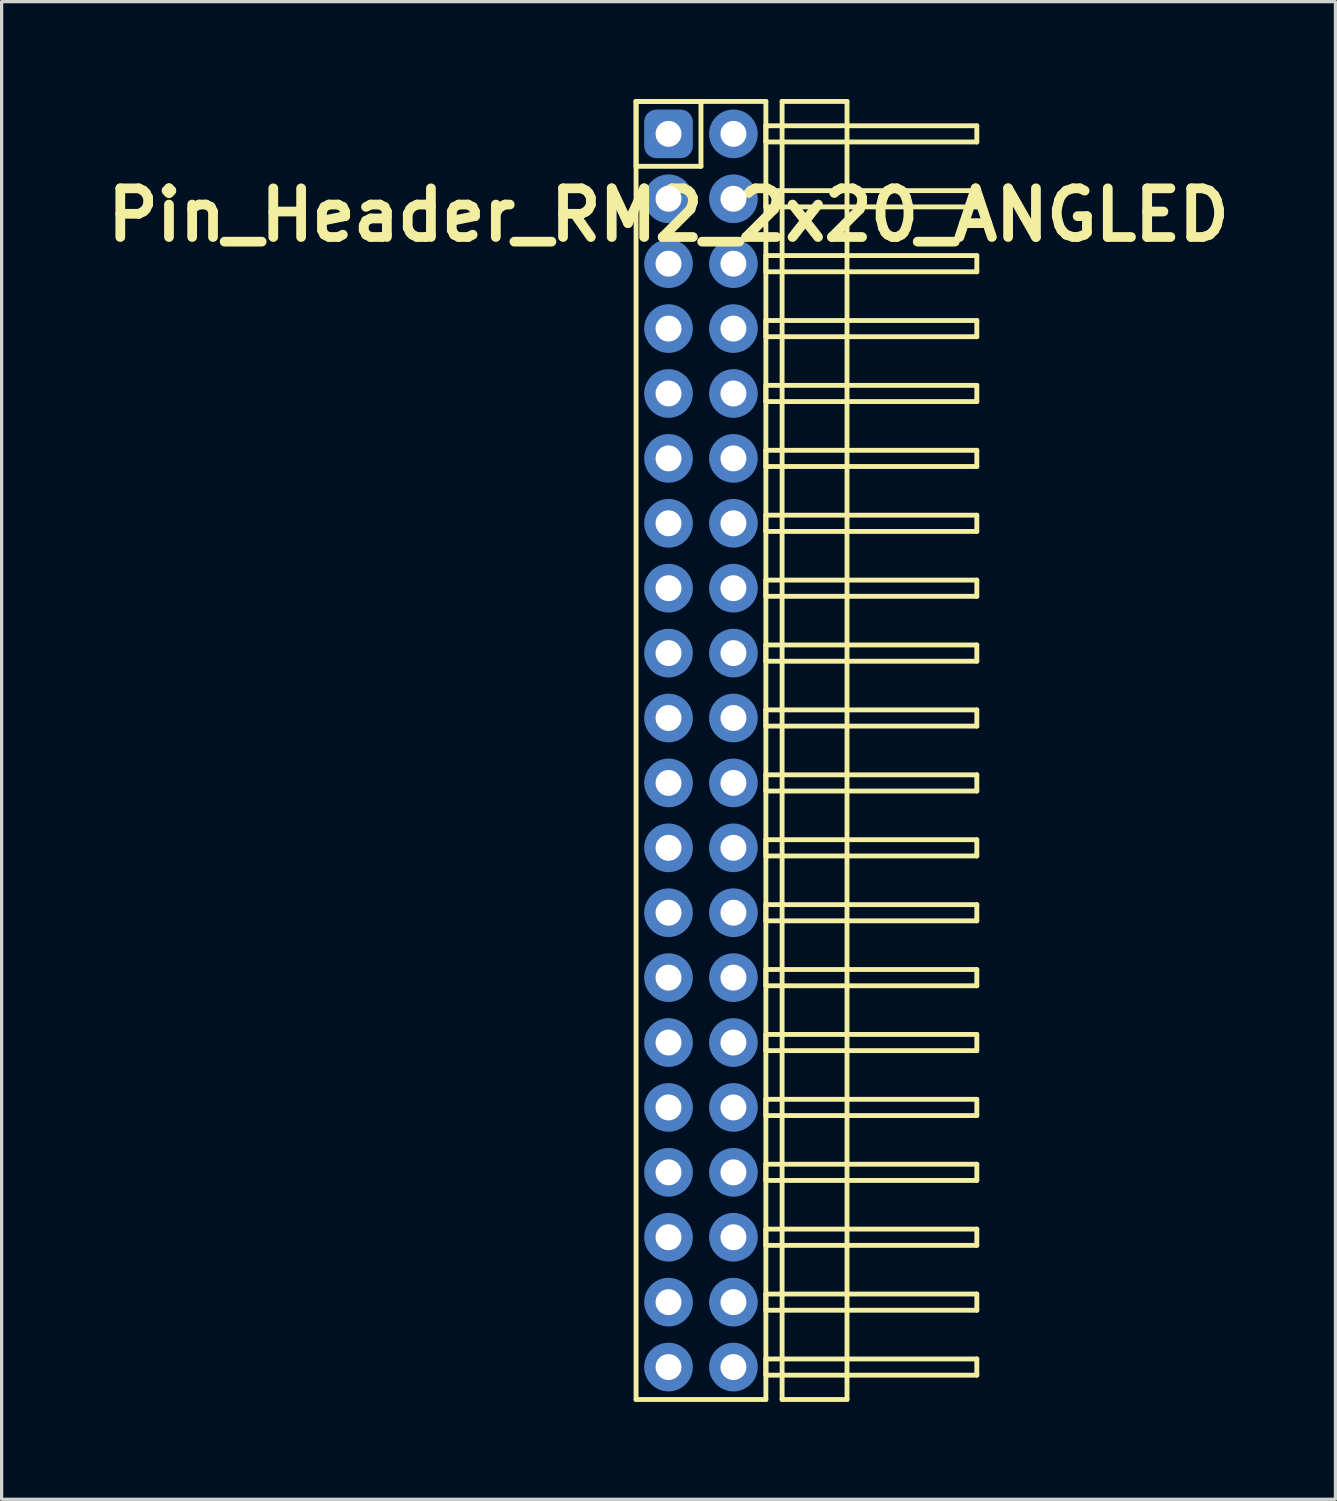
<source format=kicad_pcb>
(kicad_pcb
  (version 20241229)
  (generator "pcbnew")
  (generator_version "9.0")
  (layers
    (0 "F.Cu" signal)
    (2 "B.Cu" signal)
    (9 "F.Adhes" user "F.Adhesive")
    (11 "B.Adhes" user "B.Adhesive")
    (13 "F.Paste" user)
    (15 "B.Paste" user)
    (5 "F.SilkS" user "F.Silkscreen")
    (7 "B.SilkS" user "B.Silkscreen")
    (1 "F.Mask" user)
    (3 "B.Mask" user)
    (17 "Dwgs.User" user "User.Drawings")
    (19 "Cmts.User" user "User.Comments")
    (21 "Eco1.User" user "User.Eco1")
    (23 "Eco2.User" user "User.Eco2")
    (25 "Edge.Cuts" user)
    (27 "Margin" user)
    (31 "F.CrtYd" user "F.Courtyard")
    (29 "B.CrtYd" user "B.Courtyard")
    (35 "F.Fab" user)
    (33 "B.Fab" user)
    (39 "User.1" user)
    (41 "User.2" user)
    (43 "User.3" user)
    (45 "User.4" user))
  (footprint "Pin_Header_RM2_2x20_ANGLED"
    (layer "F.Cu")
    (at 17.55 1.075)
    (property "Reference" "Pin_Header_RM2_2x20_ANGLED" (at 0 2.5 0) (layer "F.SilkS") (effects (font (size 1.5 1.5) (thickness 0.3))))
    (attr through_hole)
    (fp_line (start -1 -1) (end 1 -1) (stroke (width 0.15) (type solid)) (layer "F.SilkS"))
    (fp_line (start -1 -1) (end 3 -1) (stroke (width 0.15) (type solid)) (layer "F.SilkS"))
    (fp_line (start -1 1) (end -1 -1) (stroke (width 0.15) (type solid)) (layer "F.SilkS"))
    (fp_line (start -1 39) (end -1 -1) (stroke (width 0.15) (type solid)) (layer "F.SilkS"))
    (fp_line (start 1 -1) (end 1 1) (stroke (width 0.15) (type solid)) (layer "F.SilkS"))
    (fp_line (start 1 1) (end -1 1) (stroke (width 0.15) (type solid)) (layer "F.SilkS"))
    (fp_line (start 3 -1) (end 3 39) (stroke (width 0.15) (type solid)) (layer "F.SilkS"))
    (fp_line (start 3 -0.25) (end 9.5 -0.25) (stroke (width 0.15) (type solid)) (layer "F.SilkS"))
    (fp_line (start 3 0.25) (end 3 -0.25) (stroke (width 0.15) (type solid)) (layer "F.SilkS"))
    (fp_line (start 3 1.75) (end 9.5 1.75) (stroke (width 0.15) (type solid)) (layer "F.SilkS"))
    (fp_line (start 3 2.25) (end 3 1.75) (stroke (width 0.15) (type solid)) (layer "F.SilkS"))
    (fp_line (start 3 3.75) (end 9.5 3.75) (stroke (width 0.15) (type solid)) (layer "F.SilkS"))
    (fp_line (start 3 4.25) (end 3 3.75) (stroke (width 0.15) (type solid)) (layer "F.SilkS"))
    (fp_line (start 3 5.75) (end 9.5 5.75) (stroke (width 0.15) (type solid)) (layer "F.SilkS"))
    (fp_line (start 3 6.25) (end 3 5.75) (stroke (width 0.15) (type solid)) (layer "F.SilkS"))
    (fp_line (start 3 7.75) (end 9.5 7.75) (stroke (width 0.15) (type solid)) (layer "F.SilkS"))
    (fp_line (start 3 8.25) (end 3 7.75) (stroke (width 0.15) (type solid)) (layer "F.SilkS"))
    (fp_line (start 3 9.75) (end 9.5 9.75) (stroke (width 0.15) (type solid)) (layer "F.SilkS"))
    (fp_line (start 3 10.25) (end 3 9.75) (stroke (width 0.15) (type solid)) (layer "F.SilkS"))
    (fp_line (start 3 11.75) (end 9.5 11.75) (stroke (width 0.15) (type solid)) (layer "F.SilkS"))
    (fp_line (start 3 12.25) (end 3 11.75) (stroke (width 0.15) (type solid)) (layer "F.SilkS"))
    (fp_line (start 3 13.75) (end 9.5 13.75) (stroke (width 0.15) (type solid)) (layer "F.SilkS"))
    (fp_line (start 3 14.25) (end 3 13.75) (stroke (width 0.15) (type solid)) (layer "F.SilkS"))
    (fp_line (start 3 15.75) (end 9.5 15.75) (stroke (width 0.15) (type solid)) (layer "F.SilkS"))
    (fp_line (start 3 16.25) (end 3 15.75) (stroke (width 0.15) (type solid)) (layer "F.SilkS"))
    (fp_line (start 3 17.75) (end 9.5 17.75) (stroke (width 0.15) (type solid)) (layer "F.SilkS"))
    (fp_line (start 3 18.25) (end 3 17.75) (stroke (width 0.15) (type solid)) (layer "F.SilkS"))
    (fp_line (start 3 19.75) (end 9.5 19.75) (stroke (width 0.15) (type solid)) (layer "F.SilkS"))
    (fp_line (start 3 20.25) (end 3 19.75) (stroke (width 0.15) (type solid)) (layer "F.SilkS"))
    (fp_line (start 3 21.75) (end 9.5 21.75) (stroke (width 0.15) (type solid)) (layer "F.SilkS"))
    (fp_line (start 3 22.25) (end 3 21.75) (stroke (width 0.15) (type solid)) (layer "F.SilkS"))
    (fp_line (start 3 23.75) (end 9.5 23.75) (stroke (width 0.15) (type solid)) (layer "F.SilkS"))
    (fp_line (start 3 24.25) (end 3 23.75) (stroke (width 0.15) (type solid)) (layer "F.SilkS"))
    (fp_line (start 3 25.75) (end 9.5 25.75) (stroke (width 0.15) (type solid)) (layer "F.SilkS"))
    (fp_line (start 3 26.25) (end 3 25.75) (stroke (width 0.15) (type solid)) (layer "F.SilkS"))
    (fp_line (start 3 27.75) (end 9.5 27.75) (stroke (width 0.15) (type solid)) (layer "F.SilkS"))
    (fp_line (start 3 28.25) (end 3 27.75) (stroke (width 0.15) (type solid)) (layer "F.SilkS"))
    (fp_line (start 3 29.75) (end 9.5 29.75) (stroke (width 0.15) (type solid)) (layer "F.SilkS"))
    (fp_line (start 3 30.25) (end 3 29.75) (stroke (width 0.15) (type solid)) (layer "F.SilkS"))
    (fp_line (start 3 31.75) (end 9.5 31.75) (stroke (width 0.15) (type solid)) (layer "F.SilkS"))
    (fp_line (start 3 32.25) (end 3 31.75) (stroke (width 0.15) (type solid)) (layer "F.SilkS"))
    (fp_line (start 3 33.75) (end 9.5 33.75) (stroke (width 0.15) (type solid)) (layer "F.SilkS"))
    (fp_line (start 3 34.25) (end 3 33.75) (stroke (width 0.15) (type solid)) (layer "F.SilkS"))
    (fp_line (start 3 35.75) (end 9.5 35.75) (stroke (width 0.15) (type solid)) (layer "F.SilkS"))
    (fp_line (start 3 36.25) (end 3 35.75) (stroke (width 0.15) (type solid)) (layer "F.SilkS"))
    (fp_line (start 3 37.75) (end 9.5 37.75) (stroke (width 0.15) (type solid)) (layer "F.SilkS"))
    (fp_line (start 3 38.25) (end 3 37.75) (stroke (width 0.15) (type solid)) (layer "F.SilkS"))
    (fp_line (start 3 39) (end -1 39) (stroke (width 0.15) (type solid)) (layer "F.SilkS"))
    (fp_line (start 3.5 -1) (end 5.5 -1) (stroke (width 0.15) (type solid)) (layer "F.SilkS"))
    (fp_line (start 3.5 39) (end 3.5 -1) (stroke (width 0.15) (type solid)) (layer "F.SilkS"))
    (fp_line (start 5.5 -1) (end 5.5 39) (stroke (width 0.15) (type solid)) (layer "F.SilkS"))
    (fp_line (start 5.5 39) (end 3.5 39) (stroke (width 0.15) (type solid)) (layer "F.SilkS"))
    (fp_line (start 9.5 -0.25) (end 9.5 0.25) (stroke (width 0.15) (type solid)) (layer "F.SilkS"))
    (fp_line (start 9.5 0.25) (end 3 0.25) (stroke (width 0.15) (type solid)) (layer "F.SilkS"))
    (fp_line (start 9.5 1.75) (end 9.5 2.25) (stroke (width 0.15) (type solid)) (layer "F.SilkS"))
    (fp_line (start 9.5 2.25) (end 3 2.25) (stroke (width 0.15) (type solid)) (layer "F.SilkS"))
    (fp_line (start 9.5 3.75) (end 9.5 4.25) (stroke (width 0.15) (type solid)) (layer "F.SilkS"))
    (fp_line (start 9.5 4.25) (end 3 4.25) (stroke (width 0.15) (type solid)) (layer "F.SilkS"))
    (fp_line (start 9.5 5.75) (end 9.5 6.25) (stroke (width 0.15) (type solid)) (layer "F.SilkS"))
    (fp_line (start 9.5 6.25) (end 3 6.25) (stroke (width 0.15) (type solid)) (layer "F.SilkS"))
    (fp_line (start 9.5 7.75) (end 9.5 8.25) (stroke (width 0.15) (type solid)) (layer "F.SilkS"))
    (fp_line (start 9.5 8.25) (end 3 8.25) (stroke (width 0.15) (type solid)) (layer "F.SilkS"))
    (fp_line (start 9.5 9.75) (end 9.5 10.25) (stroke (width 0.15) (type solid)) (layer "F.SilkS"))
    (fp_line (start 9.5 10.25) (end 3 10.25) (stroke (width 0.15) (type solid)) (layer "F.SilkS"))
    (fp_line (start 9.5 11.75) (end 9.5 12.25) (stroke (width 0.15) (type solid)) (layer "F.SilkS"))
    (fp_line (start 9.5 12.25) (end 3 12.25) (stroke (width 0.15) (type solid)) (layer "F.SilkS"))
    (fp_line (start 9.5 13.75) (end 9.5 14.25) (stroke (width 0.15) (type solid)) (layer "F.SilkS"))
    (fp_line (start 9.5 14.25) (end 3 14.25) (stroke (width 0.15) (type solid)) (layer "F.SilkS"))
    (fp_line (start 9.5 15.75) (end 9.5 16.25) (stroke (width 0.15) (type solid)) (layer "F.SilkS"))
    (fp_line (start 9.5 16.25) (end 3 16.25) (stroke (width 0.15) (type solid)) (layer "F.SilkS"))
    (fp_line (start 9.5 17.75) (end 9.5 18.25) (stroke (width 0.15) (type solid)) (layer "F.SilkS"))
    (fp_line (start 9.5 18.25) (end 3 18.25) (stroke (width 0.15) (type solid)) (layer "F.SilkS"))
    (fp_line (start 9.5 19.75) (end 9.5 20.25) (stroke (width 0.15) (type solid)) (layer "F.SilkS"))
    (fp_line (start 9.5 20.25) (end 3 20.25) (stroke (width 0.15) (type solid)) (layer "F.SilkS"))
    (fp_line (start 9.5 21.75) (end 9.5 22.25) (stroke (width 0.15) (type solid)) (layer "F.SilkS"))
    (fp_line (start 9.5 22.25) (end 3 22.25) (stroke (width 0.15) (type solid)) (layer "F.SilkS"))
    (fp_line (start 9.5 23.75) (end 9.5 24.25) (stroke (width 0.15) (type solid)) (layer "F.SilkS"))
    (fp_line (start 9.5 24.25) (end 3 24.25) (stroke (width 0.15) (type solid)) (layer "F.SilkS"))
    (fp_line (start 9.5 25.75) (end 9.5 26.25) (stroke (width 0.15) (type solid)) (layer "F.SilkS"))
    (fp_line (start 9.5 26.25) (end 3 26.25) (stroke (width 0.15) (type solid)) (layer "F.SilkS"))
    (fp_line (start 9.5 27.75) (end 9.5 28.25) (stroke (width 0.15) (type solid)) (layer "F.SilkS"))
    (fp_line (start 9.5 28.25) (end 3 28.25) (stroke (width 0.15) (type solid)) (layer "F.SilkS"))
    (fp_line (start 9.5 29.75) (end 9.5 30.25) (stroke (width 0.15) (type solid)) (layer "F.SilkS"))
    (fp_line (start 9.5 30.25) (end 3 30.25) (stroke (width 0.15) (type solid)) (layer "F.SilkS"))
    (fp_line (start 9.5 31.75) (end 9.5 32.25) (stroke (width 0.15) (type solid)) (layer "F.SilkS"))
    (fp_line (start 9.5 32.25) (end 3 32.25) (stroke (width 0.15) (type solid)) (layer "F.SilkS"))
    (fp_line (start 9.5 33.75) (end 9.5 34.25) (stroke (width 0.15) (type solid)) (layer "F.SilkS"))
    (fp_line (start 9.5 34.25) (end 3 34.25) (stroke (width 0.15) (type solid)) (layer "F.SilkS"))
    (fp_line (start 9.5 35.75) (end 9.5 36.25) (stroke (width 0.15) (type solid)) (layer "F.SilkS"))
    (fp_line (start 9.5 36.25) (end 3 36.25) (stroke (width 0.15) (type solid)) (layer "F.SilkS"))
    (fp_line (start 9.5 37.75) (end 9.5 38.25) (stroke (width 0.15) (type solid)) (layer "F.SilkS"))
    (fp_line (start 9.5 38.25) (end 3 38.25) (stroke (width 0.15) (type solid)) (layer "F.SilkS"))
    (pad "1" thru_hole circle (at 0 0) (size 1.1 1.1) (drill 0.8) (layers "*.Cu" "*.Mask"))
    (pad "1" smd roundrect (at 0 0) (size 1.25 1.25) (layers "F.Cu" "F.Mask") (roundrect_rratio 0.25))
    (pad "1" smd roundrect (at 0 0) (size 1.5 1.5) (layers "B.Cu" "B.Mask") (roundrect_rratio 0.25))
    (pad "2" thru_hole circle (at 2 0) (size 1.1 1.1) (drill 0.8) (layers "*.Cu" "*.Mask"))
    (pad "2" smd circle (at 2 0) (size 1.25 1.25) (layers "F.Cu" "F.Mask"))
    (pad "2" smd circle (at 2 0) (size 1.5 1.5) (layers "B.Cu" "B.Mask"))
    (pad "3" thru_hole circle (at 0 2) (size 1.1 1.1) (drill 0.8) (layers "*.Cu" "*.Mask"))
    (pad "3" smd circle (at 0 2) (size 1.25 1.25) (layers "F.Cu" "F.Mask"))
    (pad "3" smd circle (at 0 2) (size 1.5 1.5) (layers "B.Cu" "B.Mask"))
    (pad "4" thru_hole circle (at 2 2) (size 1.1 1.1) (drill 0.8) (layers "*.Cu" "*.Mask"))
    (pad "4" smd circle (at 2 2) (size 1.25 1.25) (layers "F.Cu" "F.Mask"))
    (pad "4" smd circle (at 2 2) (size 1.5 1.5) (layers "B.Cu" "B.Mask"))
    (pad "5" thru_hole circle (at 0 4) (size 1.1 1.1) (drill 0.8) (layers "*.Cu" "*.Mask"))
    (pad "5" smd circle (at 0 4) (size 1.25 1.25) (layers "F.Cu" "F.Mask"))
    (pad "5" smd circle (at 0 4) (size 1.5 1.5) (layers "B.Cu" "B.Mask"))
    (pad "6" thru_hole circle (at 2 4) (size 1.1 1.1) (drill 0.8) (layers "*.Cu" "*.Mask"))
    (pad "6" smd circle (at 2 4) (size 1.25 1.25) (layers "F.Cu" "F.Mask"))
    (pad "6" smd circle (at 2 4) (size 1.5 1.5) (layers "B.Cu" "B.Mask"))
    (pad "7" thru_hole circle (at 0 6) (size 1.1 1.1) (drill 0.8) (layers "*.Cu" "*.Mask"))
    (pad "7" smd circle (at 0 6) (size 1.25 1.25) (layers "F.Cu" "F.Mask"))
    (pad "7" smd circle (at 0 6) (size 1.5 1.5) (layers "B.Cu" "B.Mask"))
    (pad "8" thru_hole circle (at 2 6) (size 1.1 1.1) (drill 0.8) (layers "*.Cu" "*.Mask"))
    (pad "8" smd circle (at 2 6) (size 1.25 1.25) (layers "F.Cu" "F.Mask"))
    (pad "8" smd circle (at 2 6) (size 1.5 1.5) (layers "B.Cu" "B.Mask"))
    (pad "9" thru_hole circle (at 0 8) (size 1.1 1.1) (drill 0.8) (layers "*.Cu" "*.Mask"))
    (pad "9" smd circle (at 0 8) (size 1.25 1.25) (layers "F.Cu" "F.Mask"))
    (pad "9" smd circle (at 0 8) (size 1.5 1.5) (layers "B.Cu" "B.Mask"))
    (pad "10" thru_hole circle (at 2 8) (size 1.1 1.1) (drill 0.8) (layers "*.Cu" "*.Mask"))
    (pad "10" smd circle (at 2 8) (size 1.25 1.25) (layers "F.Cu" "F.Mask"))
    (pad "10" smd circle (at 2 8) (size 1.5 1.5) (layers "B.Cu" "B.Mask"))
    (pad "11" thru_hole circle (at 0 10) (size 1.1 1.1) (drill 0.8) (layers "*.Cu" "*.Mask"))
    (pad "11" smd circle (at 0 10) (size 1.25 1.25) (layers "F.Cu" "F.Mask"))
    (pad "11" smd circle (at 0 10) (size 1.5 1.5) (layers "B.Cu" "B.Mask"))
    (pad "12" thru_hole circle (at 2 10) (size 1.1 1.1) (drill 0.8) (layers "*.Cu" "*.Mask"))
    (pad "12" smd circle (at 2 10) (size 1.25 1.25) (layers "F.Cu" "F.Mask"))
    (pad "12" smd circle (at 2 10) (size 1.5 1.5) (layers "B.Cu" "B.Mask"))
    (pad "13" thru_hole circle (at 0 12) (size 1.1 1.1) (drill 0.8) (layers "*.Cu" "*.Mask"))
    (pad "13" smd circle (at 0 12) (size 1.25 1.25) (layers "F.Cu" "F.Mask"))
    (pad "13" smd circle (at 0 12) (size 1.5 1.5) (layers "B.Cu" "B.Mask"))
    (pad "14" thru_hole circle (at 2 12) (size 1.1 1.1) (drill 0.8) (layers "*.Cu" "*.Mask"))
    (pad "14" smd circle (at 2 12) (size 1.25 1.25) (layers "F.Cu" "F.Mask"))
    (pad "14" smd circle (at 2 12) (size 1.5 1.5) (layers "B.Cu" "B.Mask"))
    (pad "15" thru_hole circle (at 0 14) (size 1.1 1.1) (drill 0.8) (layers "*.Cu" "*.Mask"))
    (pad "15" smd circle (at 0 14) (size 1.25 1.25) (layers "F.Cu" "F.Mask"))
    (pad "15" smd circle (at 0 14) (size 1.5 1.5) (layers "B.Cu" "B.Mask"))
    (pad "16" thru_hole circle (at 2 14) (size 1.1 1.1) (drill 0.8) (layers "*.Cu" "*.Mask"))
    (pad "16" smd circle (at 2 14) (size 1.25 1.25) (layers "F.Cu" "F.Mask"))
    (pad "16" smd circle (at 2 14) (size 1.5 1.5) (layers "B.Cu" "B.Mask"))
    (pad "17" thru_hole circle (at 0 16) (size 1.1 1.1) (drill 0.8) (layers "*.Cu" "*.Mask"))
    (pad "17" smd circle (at 0 16) (size 1.25 1.25) (layers "F.Cu" "F.Mask"))
    (pad "17" smd circle (at 0 16) (size 1.5 1.5) (layers "B.Cu" "B.Mask"))
    (pad "18" thru_hole circle (at 2 16) (size 1.1 1.1) (drill 0.8) (layers "*.Cu" "*.Mask"))
    (pad "18" smd circle (at 2 16) (size 1.25 1.25) (layers "F.Cu" "F.Mask"))
    (pad "18" smd circle (at 2 16) (size 1.5 1.5) (layers "B.Cu" "B.Mask"))
    (pad "19" thru_hole circle (at 0 18) (size 1.1 1.1) (drill 0.8) (layers "*.Cu" "*.Mask"))
    (pad "19" smd circle (at 0 18) (size 1.25 1.25) (layers "F.Cu" "F.Mask"))
    (pad "19" smd circle (at 0 18) (size 1.5 1.5) (layers "B.Cu" "B.Mask"))
    (pad "20" thru_hole circle (at 2 18) (size 1.1 1.1) (drill 0.8) (layers "*.Cu" "*.Mask"))
    (pad "20" smd circle (at 2 18) (size 1.25 1.25) (layers "F.Cu" "F.Mask"))
    (pad "20" smd circle (at 2 18) (size 1.5 1.5) (layers "B.Cu" "B.Mask"))
    (pad "21" thru_hole circle (at 0 20) (size 1.1 1.1) (drill 0.8) (layers "*.Cu" "*.Mask"))
    (pad "21" smd circle (at 0 20) (size 1.25 1.25) (layers "F.Cu" "F.Mask"))
    (pad "21" smd circle (at 0 20) (size 1.5 1.5) (layers "B.Cu" "B.Mask"))
    (pad "22" thru_hole circle (at 2 20) (size 1.1 1.1) (drill 0.8) (layers "*.Cu" "*.Mask"))
    (pad "22" smd circle (at 2 20) (size 1.25 1.25) (layers "F.Cu" "F.Mask"))
    (pad "22" smd circle (at 2 20) (size 1.5 1.5) (layers "B.Cu" "B.Mask"))
    (pad "23" thru_hole circle (at 0 22) (size 1.1 1.1) (drill 0.8) (layers "*.Cu" "*.Mask"))
    (pad "23" smd circle (at 0 22) (size 1.25 1.25) (layers "F.Cu" "F.Mask"))
    (pad "23" smd circle (at 0 22) (size 1.5 1.5) (layers "B.Cu" "B.Mask"))
    (pad "24" thru_hole circle (at 2 22) (size 1.1 1.1) (drill 0.8) (layers "*.Cu" "*.Mask"))
    (pad "24" smd circle (at 2 22) (size 1.25 1.25) (layers "F.Cu" "F.Mask"))
    (pad "24" smd circle (at 2 22) (size 1.5 1.5) (layers "B.Cu" "B.Mask"))
    (pad "25" thru_hole circle (at 0 24) (size 1.1 1.1) (drill 0.8) (layers "*.Cu" "*.Mask"))
    (pad "25" smd circle (at 0 24) (size 1.25 1.25) (layers "F.Cu" "F.Mask"))
    (pad "25" smd circle (at 0 24) (size 1.5 1.5) (layers "B.Cu" "B.Mask"))
    (pad "26" thru_hole circle (at 2 24) (size 1.1 1.1) (drill 0.8) (layers "*.Cu" "*.Mask"))
    (pad "26" smd circle (at 2 24) (size 1.25 1.25) (layers "F.Cu" "F.Mask"))
    (pad "26" smd circle (at 2 24) (size 1.5 1.5) (layers "B.Cu" "B.Mask"))
    (pad "27" thru_hole circle (at 0 26) (size 1.1 1.1) (drill 0.8) (layers "*.Cu" "*.Mask"))
    (pad "27" smd circle (at 0 26) (size 1.25 1.25) (layers "F.Cu" "F.Mask"))
    (pad "27" smd circle (at 0 26) (size 1.5 1.5) (layers "B.Cu" "B.Mask"))
    (pad "28" thru_hole circle (at 2 26) (size 1.1 1.1) (drill 0.8) (layers "*.Cu" "*.Mask"))
    (pad "28" smd circle (at 2 26) (size 1.25 1.25) (layers "F.Cu" "F.Mask"))
    (pad "28" smd circle (at 2 26) (size 1.5 1.5) (layers "B.Cu" "B.Mask"))
    (pad "29" thru_hole circle (at 0 28) (size 1.1 1.1) (drill 0.8) (layers "*.Cu" "*.Mask"))
    (pad "29" smd circle (at 0 28) (size 1.25 1.25) (layers "F.Cu" "F.Mask"))
    (pad "29" smd circle (at 0 28) (size 1.5 1.5) (layers "B.Cu" "B.Mask"))
    (pad "30" thru_hole circle (at 2 28) (size 1.1 1.1) (drill 0.8) (layers "*.Cu" "*.Mask"))
    (pad "30" smd circle (at 2 28) (size 1.25 1.25) (layers "F.Cu" "F.Mask"))
    (pad "30" smd circle (at 2 28) (size 1.5 1.5) (layers "B.Cu" "B.Mask"))
    (pad "31" thru_hole circle (at 0 30) (size 1.1 1.1) (drill 0.8) (layers "*.Cu" "*.Mask"))
    (pad "31" smd circle (at 0 30) (size 1.25 1.25) (layers "F.Cu" "F.Mask"))
    (pad "31" smd circle (at 0 30) (size 1.5 1.5) (layers "B.Cu" "B.Mask"))
    (pad "32" thru_hole circle (at 2 30) (size 1.1 1.1) (drill 0.8) (layers "*.Cu" "*.Mask"))
    (pad "32" smd circle (at 2 30) (size 1.25 1.25) (layers "F.Cu" "F.Mask"))
    (pad "32" smd circle (at 2 30) (size 1.5 1.5) (layers "B.Cu" "B.Mask"))
    (pad "33" thru_hole circle (at 0 32) (size 1.1 1.1) (drill 0.8) (layers "*.Cu" "*.Mask"))
    (pad "33" smd circle (at 0 32) (size 1.25 1.25) (layers "F.Cu" "F.Mask"))
    (pad "33" smd circle (at 0 32) (size 1.5 1.5) (layers "B.Cu" "B.Mask"))
    (pad "34" thru_hole circle (at 2 32) (size 1.1 1.1) (drill 0.8) (layers "*.Cu" "*.Mask"))
    (pad "34" smd circle (at 2 32) (size 1.25 1.25) (layers "F.Cu" "F.Mask"))
    (pad "34" smd circle (at 2 32) (size 1.5 1.5) (layers "B.Cu" "B.Mask"))
    (pad "35" thru_hole circle (at 0 34) (size 1.1 1.1) (drill 0.8) (layers "*.Cu" "*.Mask"))
    (pad "35" smd circle (at 0 34) (size 1.25 1.25) (layers "F.Cu" "F.Mask"))
    (pad "35" smd circle (at 0 34) (size 1.5 1.5) (layers "B.Cu" "B.Mask"))
    (pad "36" thru_hole circle (at 2 34) (size 1.1 1.1) (drill 0.8) (layers "*.Cu" "*.Mask"))
    (pad "36" smd circle (at 2 34) (size 1.25 1.25) (layers "F.Cu" "F.Mask"))
    (pad "36" smd circle (at 2 34) (size 1.5 1.5) (layers "B.Cu" "B.Mask"))
    (pad "37" thru_hole circle (at 0 36) (size 1.1 1.1) (drill 0.8) (layers "*.Cu" "*.Mask"))
    (pad "37" smd circle (at 0 36) (size 1.25 1.25) (layers "F.Cu" "F.Mask"))
    (pad "37" smd circle (at 0 36) (size 1.5 1.5) (layers "B.Cu" "B.Mask"))
    (pad "38" thru_hole circle (at 2 36) (size 1.1 1.1) (drill 0.8) (layers "*.Cu" "*.Mask"))
    (pad "38" smd circle (at 2 36) (size 1.25 1.25) (layers "F.Cu" "F.Mask"))
    (pad "38" smd circle (at 2 36) (size 1.5 1.5) (layers "B.Cu" "B.Mask"))
    (pad "39" thru_hole circle (at 0 38) (size 1.1 1.1) (drill 0.8) (layers "*.Cu" "*.Mask"))
    (pad "39" smd circle (at 0 38) (size 1.25 1.25) (layers "F.Cu" "F.Mask"))
    (pad "39" smd circle (at 0 38) (size 1.5 1.5) (layers "B.Cu" "B.Mask"))
    (pad "40" thru_hole circle (at 2 38) (size 1.1 1.1) (drill 0.8) (layers "*.Cu" "*.Mask"))
    (pad "40" smd circle (at 2 38) (size 1.25 1.25) (layers "F.Cu" "F.Mask"))
    (pad "40" smd circle (at 2 38) (size 1.5 1.5) (layers "B.Cu" "B.Mask")))
  (gr_rect
    (start -3 -3)
    (end 38.1 43.15)
    (stroke (width 0.1) (type default))
    (fill no)
    (layer "Edge.Cuts")))
</source>
